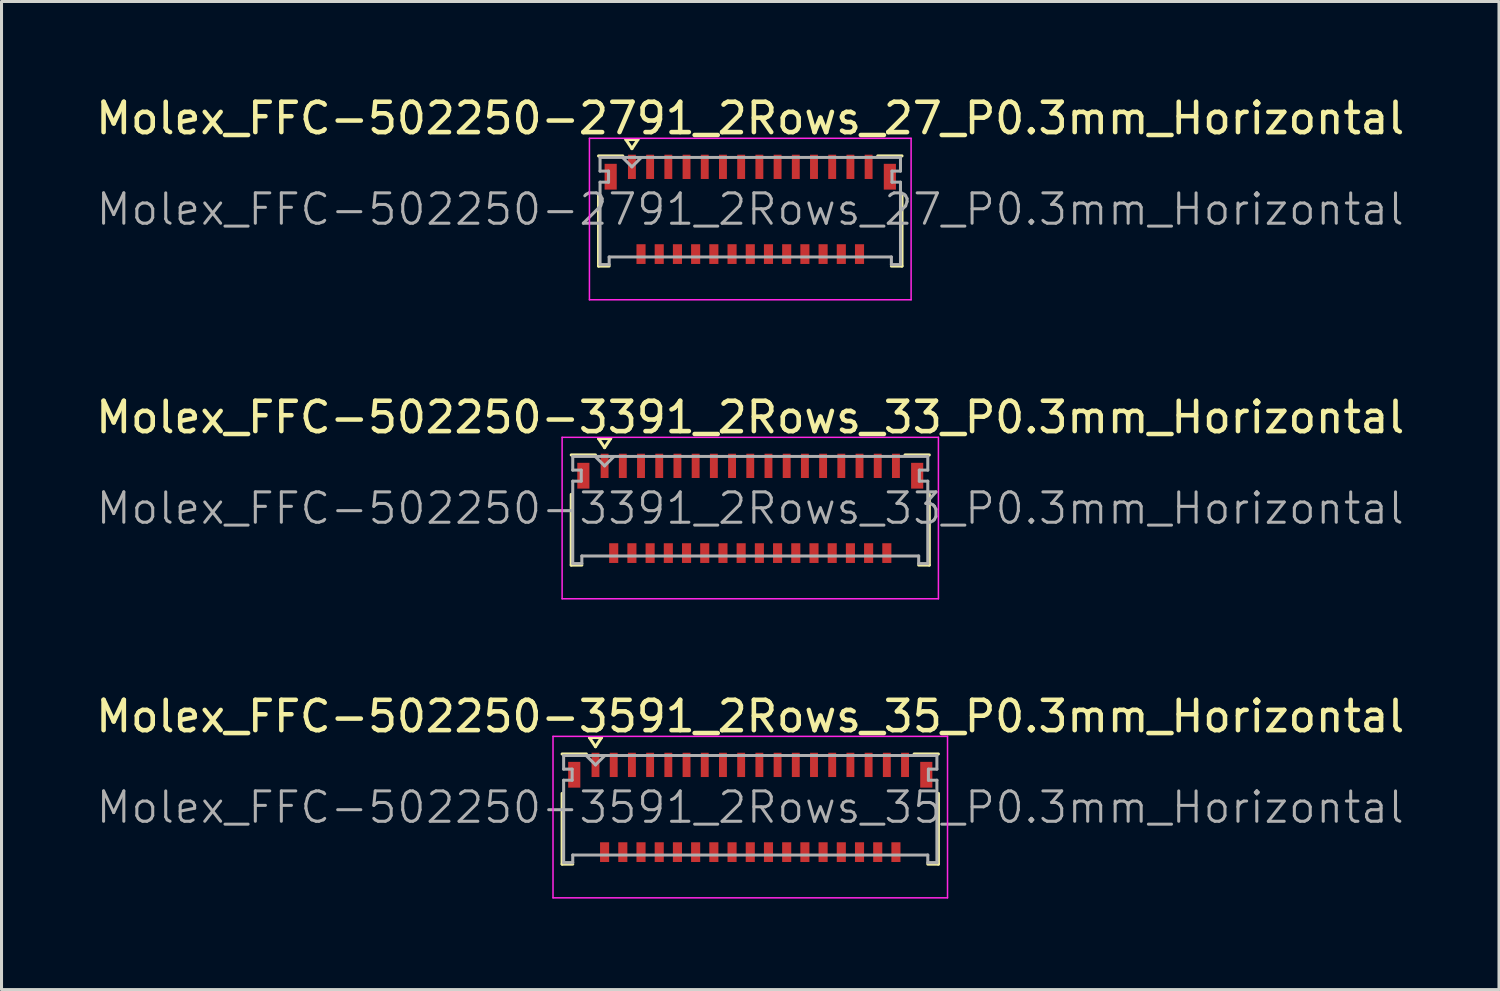
<source format=kicad_pcb>
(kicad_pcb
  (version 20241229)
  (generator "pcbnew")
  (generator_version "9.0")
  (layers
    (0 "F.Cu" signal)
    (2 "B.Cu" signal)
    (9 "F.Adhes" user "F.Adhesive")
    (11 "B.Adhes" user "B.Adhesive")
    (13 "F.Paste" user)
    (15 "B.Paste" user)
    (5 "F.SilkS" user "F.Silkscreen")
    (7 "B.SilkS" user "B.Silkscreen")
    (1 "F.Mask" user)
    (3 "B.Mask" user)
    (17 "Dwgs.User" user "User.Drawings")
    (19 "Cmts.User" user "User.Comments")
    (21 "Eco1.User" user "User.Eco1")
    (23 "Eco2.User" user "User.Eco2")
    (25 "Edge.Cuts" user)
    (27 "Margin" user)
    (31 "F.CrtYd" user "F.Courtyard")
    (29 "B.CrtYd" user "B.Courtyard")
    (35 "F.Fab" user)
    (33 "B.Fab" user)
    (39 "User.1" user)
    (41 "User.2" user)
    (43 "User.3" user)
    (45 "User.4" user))
  (footprint "Molex_FFC-502250-3591_2Rows_35_P0.3mm_Horizontal"
    (layer "F.Cu")
    (at 21.673 23.555)
    (property "Reference" "Molex_FFC-502250-3591_2Rows_35_P0.3mm_Horizontal" (at 0 -3 0) (layer "F.SilkS") (effects (font (size 1 1) (thickness 0.15))))
    (attr smd)
    (fp_line (start -6.2 -1.76) (end -5.4 -1.76) (stroke (width 0.1) (type solid)) (layer "F.SilkS"))
    (fp_line (start -6.2 -0.46) (end -6.2 1.87) (stroke (width 0.1) (type solid)) (layer "F.SilkS"))
    (fp_line (start -6.2 1.87) (end -5.85 1.87) (stroke (width 0.1) (type solid)) (layer "F.SilkS"))
    (fp_line (start -5.3 -2.3) (end -4.9 -2.3) (stroke (width 0.1) (type solid)) (layer "F.SilkS"))
    (fp_line (start -5.1 -2) (end -5.3 -2.3) (stroke (width 0.1) (type solid)) (layer "F.SilkS"))
    (fp_line (start -4.9 -2.3) (end -5.1 -2) (stroke (width 0.1) (type solid)) (layer "F.SilkS"))
    (fp_line (start 6.2 -1.76) (end 5.4 -1.76) (stroke (width 0.1) (type solid)) (layer "F.SilkS"))
    (fp_line (start 6.2 -0.46) (end 6.2 1.87) (stroke (width 0.1) (type solid)) (layer "F.SilkS"))
    (fp_line (start 6.2 1.87) (end 5.85 1.87) (stroke (width 0.1) (type solid)) (layer "F.SilkS"))
    (fp_line (start -6.5 -2.34) (end 6.5 -2.34) (stroke (width 0.05) (type solid)) (layer "F.CrtYd"))
    (fp_line (start -6.5 2.98) (end -6.5 -2.34) (stroke (width 0.05) (type solid)) (layer "F.CrtYd"))
    (fp_line (start 6.5 -2.34) (end 6.5 2.98) (stroke (width 0.05) (type solid)) (layer "F.CrtYd"))
    (fp_line (start 6.5 2.98) (end -6.5 2.98) (stroke (width 0.05) (type solid)) (layer "F.CrtYd"))
    (fp_line (start -6.15 -1.71) (end -6.15 -1.26) (stroke (width 0.1) (type solid)) (layer "F.Fab"))
    (fp_line (start -6.15 -1.26) (end -5.87 -1.26) (stroke (width 0.1) (type solid)) (layer "F.Fab"))
    (fp_line (start -6.15 -0.895) (end -6.15 1.82) (stroke (width 0.1) (type solid)) (layer "F.Fab"))
    (fp_line (start -6.15 1.82) (end -5.85 1.82) (stroke (width 0.1) (type solid)) (layer "F.Fab"))
    (fp_line (start -5.87 -1.26) (end -5.87 -0.895) (stroke (width 0.1) (type solid)) (layer "F.Fab"))
    (fp_line (start -5.87 -0.895) (end -6.15 -0.895) (stroke (width 0.1) (type solid)) (layer "F.Fab"))
    (fp_line (start -5.85 1.57) (end 5.85 1.57) (stroke (width 0.1) (type solid)) (layer "F.Fab"))
    (fp_line (start -5.85 1.82) (end -5.85 1.57) (stroke (width 0.1) (type solid)) (layer "F.Fab"))
    (fp_line (start -5.4 -1.7) (end -5.1 -1.4) (stroke (width 0.1) (type solid)) (layer "F.Fab"))
    (fp_line (start -5.1 -1.4) (end -4.8 -1.7) (stroke (width 0.1) (type solid)) (layer "F.Fab"))
    (fp_line (start 5.85 1.57) (end 5.85 1.82) (stroke (width 0.1) (type solid)) (layer "F.Fab"))
    (fp_line (start 5.85 1.82) (end 6.15 1.82) (stroke (width 0.1) (type solid)) (layer "F.Fab"))
    (fp_line (start 5.87 -1.26) (end 6.15 -1.26) (stroke (width 0.1) (type solid)) (layer "F.Fab"))
    (fp_line (start 5.87 -0.895) (end 5.87 -1.26) (stroke (width 0.1) (type solid)) (layer "F.Fab"))
    (fp_line (start 6.15 -1.71) (end -6.15 -1.71) (stroke (width 0.1) (type solid)) (layer "F.Fab"))
    (fp_line (start 6.15 -1.26) (end 6.15 -1.71) (stroke (width 0.1) (type solid)) (layer "F.Fab"))
    (fp_line (start 6.15 -0.895) (end 5.87 -0.895) (stroke (width 0.1) (type solid)) (layer "F.Fab"))
    (fp_line (start 6.15 1.82) (end 6.15 -0.895) (stroke (width 0.1) (type solid)) (layer "F.Fab"))
    (fp_text user "${REFERENCE}" (at 0 0 0) (layer "F.Fab") (effects (font (size 1 1) (thickness 0.1))))
    (pad "" smd rect (at -5.8 -1.075) (size 0.4 0.85) (layers "F.Cu" "F.Mask" "F.Paste"))
    (pad "" smd rect (at 5.8 -1.075) (size 0.4 0.85) (layers "F.Cu" "F.Mask" "F.Paste"))
    (pad "1" smd rect (at -5.1 -1.4) (size 0.26 0.8) (layers "F.Cu" "F.Mask" "F.Paste"))
    (pad "2" smd rect (at -4.8 1.475) (size 0.3 0.65) (layers "F.Cu" "F.Mask" "F.Paste"))
    (pad "3" smd rect (at -4.5 -1.4) (size 0.26 0.8) (layers "F.Cu" "F.Mask" "F.Paste"))
    (pad "4" smd rect (at -4.2 1.475) (size 0.3 0.65) (layers "F.Cu" "F.Mask" "F.Paste"))
    (pad "5" smd rect (at -3.9 -1.4) (size 0.26 0.8) (layers "F.Cu" "F.Mask" "F.Paste"))
    (pad "6" smd rect (at -3.6 1.475) (size 0.3 0.65) (layers "F.Cu" "F.Mask" "F.Paste"))
    (pad "7" smd rect (at -3.3 -1.4) (size 0.26 0.8) (layers "F.Cu" "F.Mask" "F.Paste"))
    (pad "8" smd rect (at -3 1.475) (size 0.3 0.65) (layers "F.Cu" "F.Mask" "F.Paste"))
    (pad "9" smd rect (at -2.7 -1.4) (size 0.26 0.8) (layers "F.Cu" "F.Mask" "F.Paste"))
    (pad "10" smd rect (at -2.4 1.475) (size 0.3 0.65) (layers "F.Cu" "F.Mask" "F.Paste"))
    (pad "11" smd rect (at -2.1 -1.4) (size 0.26 0.8) (layers "F.Cu" "F.Mask" "F.Paste"))
    (pad "12" smd rect (at -1.8 1.475) (size 0.3 0.65) (layers "F.Cu" "F.Mask" "F.Paste"))
    (pad "13" smd rect (at -1.5 -1.4) (size 0.26 0.8) (layers "F.Cu" "F.Mask" "F.Paste"))
    (pad "14" smd rect (at -1.2 1.475) (size 0.3 0.65) (layers "F.Cu" "F.Mask" "F.Paste"))
    (pad "15" smd rect (at -0.9 -1.4) (size 0.26 0.8) (layers "F.Cu" "F.Mask" "F.Paste"))
    (pad "16" smd rect (at -0.6 1.475) (size 0.3 0.65) (layers "F.Cu" "F.Mask" "F.Paste"))
    (pad "17" smd rect (at -0.3 -1.4) (size 0.26 0.8) (layers "F.Cu" "F.Mask" "F.Paste"))
    (pad "18" smd rect (at 0 1.475) (size 0.3 0.65) (layers "F.Cu" "F.Mask" "F.Paste"))
    (pad "19" smd rect (at 0.3 -1.4) (size 0.26 0.8) (layers "F.Cu" "F.Mask" "F.Paste"))
    (pad "20" smd rect (at 0.6 1.475) (size 0.3 0.65) (layers "F.Cu" "F.Mask" "F.Paste"))
    (pad "21" smd rect (at 0.9 -1.4) (size 0.26 0.8) (layers "F.Cu" "F.Mask" "F.Paste"))
    (pad "22" smd rect (at 1.2 1.475) (size 0.3 0.65) (layers "F.Cu" "F.Mask" "F.Paste"))
    (pad "23" smd rect (at 1.5 -1.4) (size 0.26 0.8) (layers "F.Cu" "F.Mask" "F.Paste"))
    (pad "24" smd rect (at 1.8 1.475) (size 0.3 0.65) (layers "F.Cu" "F.Mask" "F.Paste"))
    (pad "25" smd rect (at 2.1 -1.4) (size 0.26 0.8) (layers "F.Cu" "F.Mask" "F.Paste"))
    (pad "26" smd rect (at 2.4 1.475) (size 0.3 0.65) (layers "F.Cu" "F.Mask" "F.Paste"))
    (pad "27" smd rect (at 2.7 -1.4) (size 0.26 0.8) (layers "F.Cu" "F.Mask" "F.Paste"))
    (pad "28" smd rect (at 3 1.475) (size 0.3 0.65) (layers "F.Cu" "F.Mask" "F.Paste"))
    (pad "29" smd rect (at 3.3 -1.4) (size 0.26 0.8) (layers "F.Cu" "F.Mask" "F.Paste"))
    (pad "30" smd rect (at 3.6 1.475) (size 0.3 0.65) (layers "F.Cu" "F.Mask" "F.Paste"))
    (pad "31" smd rect (at 3.9 -1.4) (size 0.26 0.8) (layers "F.Cu" "F.Mask" "F.Paste"))
    (pad "32" smd rect (at 4.2 1.475) (size 0.3 0.65) (layers "F.Cu" "F.Mask" "F.Paste"))
    (pad "33" smd rect (at 4.5 -1.4) (size 0.26 0.8) (layers "F.Cu" "F.Mask" "F.Paste"))
    (pad "34" smd rect (at 4.8 1.475) (size 0.3 0.65) (layers "F.Cu" "F.Mask" "F.Paste"))
    (pad "35" smd rect (at 5.1 -1.4) (size 0.26 0.8) (layers "F.Cu" "F.Mask" "F.Paste")))
  (footprint "Molex_FFC-502250-3391_2Rows_33_P0.3mm_Horizontal"
    (layer "F.Cu")
    (at 21.673 13.701)
    (property "Reference" "Molex_FFC-502250-3391_2Rows_33_P0.3mm_Horizontal" (at 0 -3 0) (layer "F.SilkS") (effects (font (size 1 1) (thickness 0.15))))
    (attr smd)
    (fp_line (start -5.9 -1.76) (end -5.1 -1.76) (stroke (width 0.1) (type solid)) (layer "F.SilkS"))
    (fp_line (start -5.9 -0.46) (end -5.9 1.87) (stroke (width 0.1) (type solid)) (layer "F.SilkS"))
    (fp_line (start -5.9 1.87) (end -5.55 1.87) (stroke (width 0.1) (type solid)) (layer "F.SilkS"))
    (fp_line (start -5 -2.3) (end -4.6 -2.3) (stroke (width 0.1) (type solid)) (layer "F.SilkS"))
    (fp_line (start -4.8 -2) (end -5 -2.3) (stroke (width 0.1) (type solid)) (layer "F.SilkS"))
    (fp_line (start -4.6 -2.3) (end -4.8 -2) (stroke (width 0.1) (type solid)) (layer "F.SilkS"))
    (fp_line (start 5.9 -1.76) (end 5.1 -1.76) (stroke (width 0.1) (type solid)) (layer "F.SilkS"))
    (fp_line (start 5.9 -0.46) (end 5.9 1.87) (stroke (width 0.1) (type solid)) (layer "F.SilkS"))
    (fp_line (start 5.9 1.87) (end 5.55 1.87) (stroke (width 0.1) (type solid)) (layer "F.SilkS"))
    (fp_line (start -6.2 -2.34) (end 6.2 -2.34) (stroke (width 0.05) (type solid)) (layer "F.CrtYd"))
    (fp_line (start -6.2 2.98) (end -6.2 -2.34) (stroke (width 0.05) (type solid)) (layer "F.CrtYd"))
    (fp_line (start 6.2 -2.34) (end 6.2 2.98) (stroke (width 0.05) (type solid)) (layer "F.CrtYd"))
    (fp_line (start 6.2 2.98) (end -6.2 2.98) (stroke (width 0.05) (type solid)) (layer "F.CrtYd"))
    (fp_line (start -5.85 -1.71) (end -5.85 -1.26) (stroke (width 0.1) (type solid)) (layer "F.Fab"))
    (fp_line (start -5.85 -1.26) (end -5.57 -1.26) (stroke (width 0.1) (type solid)) (layer "F.Fab"))
    (fp_line (start -5.85 -0.895) (end -5.85 1.82) (stroke (width 0.1) (type solid)) (layer "F.Fab"))
    (fp_line (start -5.85 1.82) (end -5.55 1.82) (stroke (width 0.1) (type solid)) (layer "F.Fab"))
    (fp_line (start -5.57 -1.26) (end -5.57 -0.895) (stroke (width 0.1) (type solid)) (layer "F.Fab"))
    (fp_line (start -5.57 -0.895) (end -5.85 -0.895) (stroke (width 0.1) (type solid)) (layer "F.Fab"))
    (fp_line (start -5.55 1.57) (end 5.55 1.57) (stroke (width 0.1) (type solid)) (layer "F.Fab"))
    (fp_line (start -5.55 1.82) (end -5.55 1.57) (stroke (width 0.1) (type solid)) (layer "F.Fab"))
    (fp_line (start -5.1 -1.7) (end -4.8 -1.4) (stroke (width 0.1) (type solid)) (layer "F.Fab"))
    (fp_line (start -4.8 -1.4) (end -4.5 -1.7) (stroke (width 0.1) (type solid)) (layer "F.Fab"))
    (fp_line (start 5.55 1.57) (end 5.55 1.82) (stroke (width 0.1) (type solid)) (layer "F.Fab"))
    (fp_line (start 5.55 1.82) (end 5.85 1.82) (stroke (width 0.1) (type solid)) (layer "F.Fab"))
    (fp_line (start 5.57 -1.26) (end 5.85 -1.26) (stroke (width 0.1) (type solid)) (layer "F.Fab"))
    (fp_line (start 5.57 -0.895) (end 5.57 -1.26) (stroke (width 0.1) (type solid)) (layer "F.Fab"))
    (fp_line (start 5.85 -1.71) (end -5.85 -1.71) (stroke (width 0.1) (type solid)) (layer "F.Fab"))
    (fp_line (start 5.85 -1.26) (end 5.85 -1.71) (stroke (width 0.1) (type solid)) (layer "F.Fab"))
    (fp_line (start 5.85 -0.895) (end 5.57 -0.895) (stroke (width 0.1) (type solid)) (layer "F.Fab"))
    (fp_line (start 5.85 1.82) (end 5.85 -0.895) (stroke (width 0.1) (type solid)) (layer "F.Fab"))
    (fp_text user "${REFERENCE}" (at 0 0 0) (layer "F.Fab") (effects (font (size 1 1) (thickness 0.1))))
    (pad "" smd rect (at -5.5 -1.075) (size 0.4 0.85) (layers "F.Cu" "F.Mask" "F.Paste"))
    (pad "" smd rect (at 5.5 -1.075) (size 0.4 0.85) (layers "F.Cu" "F.Mask" "F.Paste"))
    (pad "1" smd rect (at -4.8 -1.4) (size 0.26 0.8) (layers "F.Cu" "F.Mask" "F.Paste"))
    (pad "2" smd rect (at -4.5 1.475) (size 0.3 0.65) (layers "F.Cu" "F.Mask" "F.Paste"))
    (pad "3" smd rect (at -4.2 -1.4) (size 0.26 0.8) (layers "F.Cu" "F.Mask" "F.Paste"))
    (pad "4" smd rect (at -3.9 1.475) (size 0.3 0.65) (layers "F.Cu" "F.Mask" "F.Paste"))
    (pad "5" smd rect (at -3.6 -1.4) (size 0.26 0.8) (layers "F.Cu" "F.Mask" "F.Paste"))
    (pad "6" smd rect (at -3.3 1.475) (size 0.3 0.65) (layers "F.Cu" "F.Mask" "F.Paste"))
    (pad "7" smd rect (at -3 -1.4) (size 0.26 0.8) (layers "F.Cu" "F.Mask" "F.Paste"))
    (pad "8" smd rect (at -2.7 1.475) (size 0.3 0.65) (layers "F.Cu" "F.Mask" "F.Paste"))
    (pad "9" smd rect (at -2.4 -1.4) (size 0.26 0.8) (layers "F.Cu" "F.Mask" "F.Paste"))
    (pad "10" smd rect (at -2.1 1.475) (size 0.3 0.65) (layers "F.Cu" "F.Mask" "F.Paste"))
    (pad "11" smd rect (at -1.8 -1.4) (size 0.26 0.8) (layers "F.Cu" "F.Mask" "F.Paste"))
    (pad "12" smd rect (at -1.5 1.475) (size 0.3 0.65) (layers "F.Cu" "F.Mask" "F.Paste"))
    (pad "13" smd rect (at -1.2 -1.4) (size 0.26 0.8) (layers "F.Cu" "F.Mask" "F.Paste"))
    (pad "14" smd rect (at -0.9 1.475) (size 0.3 0.65) (layers "F.Cu" "F.Mask" "F.Paste"))
    (pad "15" smd rect (at -0.6 -1.4) (size 0.26 0.8) (layers "F.Cu" "F.Mask" "F.Paste"))
    (pad "16" smd rect (at -0.3 1.475) (size 0.3 0.65) (layers "F.Cu" "F.Mask" "F.Paste"))
    (pad "17" smd rect (at 0 -1.4) (size 0.26 0.8) (layers "F.Cu" "F.Mask" "F.Paste"))
    (pad "18" smd rect (at 0.3 1.475) (size 0.3 0.65) (layers "F.Cu" "F.Mask" "F.Paste"))
    (pad "19" smd rect (at 0.6 -1.4) (size 0.26 0.8) (layers "F.Cu" "F.Mask" "F.Paste"))
    (pad "20" smd rect (at 0.9 1.475) (size 0.3 0.65) (layers "F.Cu" "F.Mask" "F.Paste"))
    (pad "21" smd rect (at 1.2 -1.4) (size 0.26 0.8) (layers "F.Cu" "F.Mask" "F.Paste"))
    (pad "22" smd rect (at 1.5 1.475) (size 0.3 0.65) (layers "F.Cu" "F.Mask" "F.Paste"))
    (pad "23" smd rect (at 1.8 -1.4) (size 0.26 0.8) (layers "F.Cu" "F.Mask" "F.Paste"))
    (pad "24" smd rect (at 2.1 1.475) (size 0.3 0.65) (layers "F.Cu" "F.Mask" "F.Paste"))
    (pad "25" smd rect (at 2.4 -1.4) (size 0.26 0.8) (layers "F.Cu" "F.Mask" "F.Paste"))
    (pad "26" smd rect (at 2.7 1.475) (size 0.3 0.65) (layers "F.Cu" "F.Mask" "F.Paste"))
    (pad "27" smd rect (at 3 -1.4) (size 0.26 0.8) (layers "F.Cu" "F.Mask" "F.Paste"))
    (pad "28" smd rect (at 3.3 1.475) (size 0.3 0.65) (layers "F.Cu" "F.Mask" "F.Paste"))
    (pad "29" smd rect (at 3.6 -1.4) (size 0.26 0.8) (layers "F.Cu" "F.Mask" "F.Paste"))
    (pad "30" smd rect (at 3.9 1.475) (size 0.3 0.65) (layers "F.Cu" "F.Mask" "F.Paste"))
    (pad "31" smd rect (at 4.2 -1.4) (size 0.26 0.8) (layers "F.Cu" "F.Mask" "F.Paste"))
    (pad "32" smd rect (at 4.5 1.475) (size 0.3 0.65) (layers "F.Cu" "F.Mask" "F.Paste"))
    (pad "33" smd rect (at 4.8 -1.4) (size 0.26 0.8) (layers "F.Cu" "F.Mask" "F.Paste")))
  (footprint "Molex_FFC-502250-2791_2Rows_27_P0.3mm_Horizontal"
    (layer "F.Cu")
    (at 21.673 3.848)
    (property "Reference" "Molex_FFC-502250-2791_2Rows_27_P0.3mm_Horizontal" (at 0 -3 0) (layer "F.SilkS") (effects (font (size 1 1) (thickness 0.15))))
    (attr smd)
    (fp_line (start -5 -1.76) (end -4.2 -1.76) (stroke (width 0.1) (type solid)) (layer "F.SilkS"))
    (fp_line (start -5 -0.46) (end -5 1.87) (stroke (width 0.1) (type solid)) (layer "F.SilkS"))
    (fp_line (start -5 1.87) (end -4.65 1.87) (stroke (width 0.1) (type solid)) (layer "F.SilkS"))
    (fp_line (start -4.1 -2.3) (end -3.7 -2.3) (stroke (width 0.1) (type solid)) (layer "F.SilkS"))
    (fp_line (start -3.9 -2) (end -4.1 -2.3) (stroke (width 0.1) (type solid)) (layer "F.SilkS"))
    (fp_line (start -3.7 -2.3) (end -3.9 -2) (stroke (width 0.1) (type solid)) (layer "F.SilkS"))
    (fp_line (start 5 -1.76) (end 4.2 -1.76) (stroke (width 0.1) (type solid)) (layer "F.SilkS"))
    (fp_line (start 5 -0.46) (end 5 1.87) (stroke (width 0.1) (type solid)) (layer "F.SilkS"))
    (fp_line (start 5 1.87) (end 4.65 1.87) (stroke (width 0.1) (type solid)) (layer "F.SilkS"))
    (fp_line (start -5.3 -2.34) (end 5.3 -2.34) (stroke (width 0.05) (type solid)) (layer "F.CrtYd"))
    (fp_line (start -5.3 2.98) (end -5.3 -2.34) (stroke (width 0.05) (type solid)) (layer "F.CrtYd"))
    (fp_line (start 5.3 -2.34) (end 5.3 2.98) (stroke (width 0.05) (type solid)) (layer "F.CrtYd"))
    (fp_line (start 5.3 2.98) (end -5.3 2.98) (stroke (width 0.05) (type solid)) (layer "F.CrtYd"))
    (fp_line (start -4.95 -1.71) (end -4.95 -1.26) (stroke (width 0.1) (type solid)) (layer "F.Fab"))
    (fp_line (start -4.95 -1.26) (end -4.67 -1.26) (stroke (width 0.1) (type solid)) (layer "F.Fab"))
    (fp_line (start -4.95 -0.895) (end -4.95 1.82) (stroke (width 0.1) (type solid)) (layer "F.Fab"))
    (fp_line (start -4.95 1.82) (end -4.65 1.82) (stroke (width 0.1) (type solid)) (layer "F.Fab"))
    (fp_line (start -4.67 -1.26) (end -4.67 -0.895) (stroke (width 0.1) (type solid)) (layer "F.Fab"))
    (fp_line (start -4.67 -0.895) (end -4.95 -0.895) (stroke (width 0.1) (type solid)) (layer "F.Fab"))
    (fp_line (start -4.65 1.57) (end 4.65 1.57) (stroke (width 0.1) (type solid)) (layer "F.Fab"))
    (fp_line (start -4.65 1.82) (end -4.65 1.57) (stroke (width 0.1) (type solid)) (layer "F.Fab"))
    (fp_line (start -4.2 -1.7) (end -3.9 -1.4) (stroke (width 0.1) (type solid)) (layer "F.Fab"))
    (fp_line (start -3.9 -1.4) (end -3.6 -1.7) (stroke (width 0.1) (type solid)) (layer "F.Fab"))
    (fp_line (start 4.65 1.57) (end 4.65 1.82) (stroke (width 0.1) (type solid)) (layer "F.Fab"))
    (fp_line (start 4.65 1.82) (end 4.95 1.82) (stroke (width 0.1) (type solid)) (layer "F.Fab"))
    (fp_line (start 4.67 -1.26) (end 4.95 -1.26) (stroke (width 0.1) (type solid)) (layer "F.Fab"))
    (fp_line (start 4.67 -0.895) (end 4.67 -1.26) (stroke (width 0.1) (type solid)) (layer "F.Fab"))
    (fp_line (start 4.95 -1.71) (end -4.95 -1.71) (stroke (width 0.1) (type solid)) (layer "F.Fab"))
    (fp_line (start 4.95 -1.26) (end 4.95 -1.71) (stroke (width 0.1) (type solid)) (layer "F.Fab"))
    (fp_line (start 4.95 -0.895) (end 4.67 -0.895) (stroke (width 0.1) (type solid)) (layer "F.Fab"))
    (fp_line (start 4.95 1.82) (end 4.95 -0.895) (stroke (width 0.1) (type solid)) (layer "F.Fab"))
    (fp_text user "${REFERENCE}" (at 0 0 0) (layer "F.Fab") (effects (font (size 1 1) (thickness 0.1))))
    (pad "" smd rect (at -4.6 -1.075) (size 0.4 0.85) (layers "F.Cu" "F.Mask" "F.Paste"))
    (pad "" smd rect (at 4.6 -1.075) (size 0.4 0.85) (layers "F.Cu" "F.Mask" "F.Paste"))
    (pad "1" smd rect (at -3.9 -1.4) (size 0.26 0.8) (layers "F.Cu" "F.Mask" "F.Paste"))
    (pad "2" smd rect (at -3.6 1.475) (size 0.3 0.65) (layers "F.Cu" "F.Mask" "F.Paste"))
    (pad "3" smd rect (at -3.3 -1.4) (size 0.26 0.8) (layers "F.Cu" "F.Mask" "F.Paste"))
    (pad "4" smd rect (at -3 1.475) (size 0.3 0.65) (layers "F.Cu" "F.Mask" "F.Paste"))
    (pad "5" smd rect (at -2.7 -1.4) (size 0.26 0.8) (layers "F.Cu" "F.Mask" "F.Paste"))
    (pad "6" smd rect (at -2.4 1.475) (size 0.3 0.65) (layers "F.Cu" "F.Mask" "F.Paste"))
    (pad "7" smd rect (at -2.1 -1.4) (size 0.26 0.8) (layers "F.Cu" "F.Mask" "F.Paste"))
    (pad "8" smd rect (at -1.8 1.475) (size 0.3 0.65) (layers "F.Cu" "F.Mask" "F.Paste"))
    (pad "9" smd rect (at -1.5 -1.4) (size 0.26 0.8) (layers "F.Cu" "F.Mask" "F.Paste"))
    (pad "10" smd rect (at -1.2 1.475) (size 0.3 0.65) (layers "F.Cu" "F.Mask" "F.Paste"))
    (pad "11" smd rect (at -0.9 -1.4) (size 0.26 0.8) (layers "F.Cu" "F.Mask" "F.Paste"))
    (pad "12" smd rect (at -0.6 1.475) (size 0.3 0.65) (layers "F.Cu" "F.Mask" "F.Paste"))
    (pad "13" smd rect (at -0.3 -1.4) (size 0.26 0.8) (layers "F.Cu" "F.Mask" "F.Paste"))
    (pad "14" smd rect (at 0 1.475) (size 0.3 0.65) (layers "F.Cu" "F.Mask" "F.Paste"))
    (pad "15" smd rect (at 0.3 -1.4) (size 0.26 0.8) (layers "F.Cu" "F.Mask" "F.Paste"))
    (pad "16" smd rect (at 0.6 1.475) (size 0.3 0.65) (layers "F.Cu" "F.Mask" "F.Paste"))
    (pad "17" smd rect (at 0.9 -1.4) (size 0.26 0.8) (layers "F.Cu" "F.Mask" "F.Paste"))
    (pad "18" smd rect (at 1.2 1.475) (size 0.3 0.65) (layers "F.Cu" "F.Mask" "F.Paste"))
    (pad "19" smd rect (at 1.5 -1.4) (size 0.26 0.8) (layers "F.Cu" "F.Mask" "F.Paste"))
    (pad "20" smd rect (at 1.8 1.475) (size 0.3 0.65) (layers "F.Cu" "F.Mask" "F.Paste"))
    (pad "21" smd rect (at 2.1 -1.4) (size 0.26 0.8) (layers "F.Cu" "F.Mask" "F.Paste"))
    (pad "22" smd rect (at 2.4 1.475) (size 0.3 0.65) (layers "F.Cu" "F.Mask" "F.Paste"))
    (pad "23" smd rect (at 2.7 -1.4) (size 0.26 0.8) (layers "F.Cu" "F.Mask" "F.Paste"))
    (pad "24" smd rect (at 3 1.475) (size 0.3 0.65) (layers "F.Cu" "F.Mask" "F.Paste"))
    (pad "25" smd rect (at 3.3 -1.4) (size 0.26 0.8) (layers "F.Cu" "F.Mask" "F.Paste"))
    (pad "26" smd rect (at 3.6 1.475) (size 0.3 0.65) (layers "F.Cu" "F.Mask" "F.Paste"))
    (pad "27" smd rect (at 3.9 -1.4) (size 0.26 0.8) (layers "F.Cu" "F.Mask" "F.Paste")))
  (gr_rect
    (start -3 -3)
    (end 46.345 29.56)
    (stroke (width 0.1) (type default))
    (fill no)
    (layer "Edge.Cuts")))
</source>
